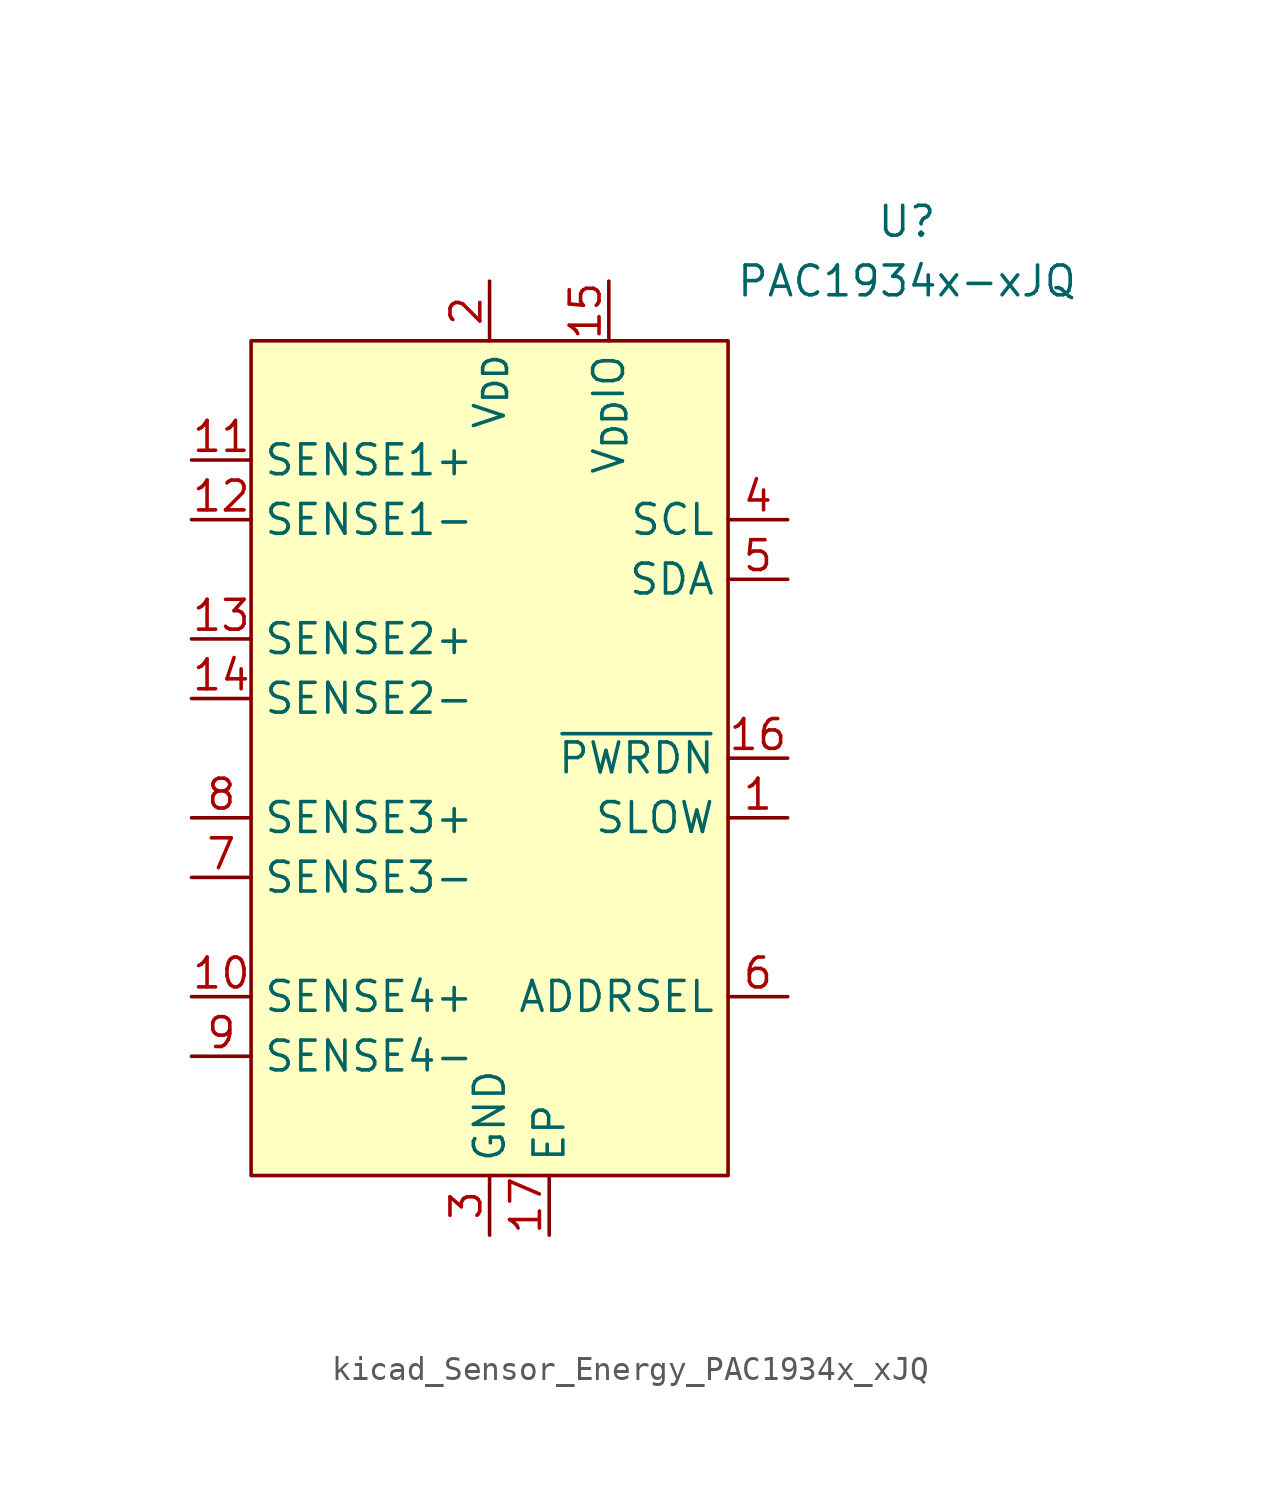
<source format=kicad_sym>
(kicad_symbol_lib
  (version 20220914)
  (generator kicad_symbol_editor)
  (symbol "kicad_Sensor_Energy_PAC1934x_xJQ"
    (property "Reference" "U"
      (at 17.78 22.86 0)
      (effects (font (size 1.27 1.27))))
    (property "Value" "PAC1934x-xJQ"
      (at 17.78 20.32 0)
      (effects (font (size 1.27 1.27))))
    (symbol "kicad_Sensor_Energy_PAC1934x_xJQ_0_0"
      (pin input line (at 12.7 -2.54 180) (length 2.54) (name "SLOW" (effects (font (size 1.27 1.27)))) (number "1" (effects (font (size 1.27 1.27)))) (alternate "~{ALERT1}" open_collector line))
      (pin input line (at -12.7 -10.16 0) (length 2.54) (name "SENSE4+" (effects (font (size 1.27 1.27)))) (number "10" (effects (font (size 1.27 1.27)))))
      (pin input line (at -12.7 12.7 0) (length 2.54) (name "SENSE1+" (effects (font (size 1.27 1.27)))) (number "11" (effects (font (size 1.27 1.27)))))
      (pin input line (at -12.7 10.16 0) (length 2.54) (name "SENSE1-" (effects (font (size 1.27 1.27)))) (number "12" (effects (font (size 1.27 1.27)))))
      (pin input line (at -12.7 5.08 0) (length 2.54) (name "SENSE2+" (effects (font (size 1.27 1.27)))) (number "13" (effects (font (size 1.27 1.27)))))
      (pin input line (at -12.7 2.54 0) (length 2.54) (name "SENSE2-" (effects (font (size 1.27 1.27)))) (number "14" (effects (font (size 1.27 1.27)))))
      (pin input line (at 5.08 20.32 270) (length 2.54) (name "V_{DD}IO" (effects (font (size 1.27 1.27)))) (number "15" (effects (font (size 1.27 1.27)))))
      (pin input line (at 12.7 0 180) (length 2.54) (name "~{PWRDN}" (effects (font (size 1.27 1.27)))) (number "16" (effects (font (size 1.27 1.27)))))
      (pin passive line (at 2.54 -20.32 90) (length 2.54) (name "EP" (effects (font (size 1.27 1.27)))) (number "17" (effects (font (size 1.27 1.27)))))
      (pin power_in line (at 0 20.32 270) (length 2.54) (name "V_{DD}" (effects (font (size 1.27 1.27)))) (number "2" (effects (font (size 1.27 1.27)))))
      (pin power_in line (at 0 -20.32 90) (length 2.54) (name "GND" (effects (font (size 1.27 1.27)))) (number "3" (effects (font (size 1.27 1.27)))))
      (pin input line (at 12.7 10.16 180) (length 2.54) (name "SCL" (effects (font (size 1.27 1.27)))) (number "4" (effects (font (size 1.27 1.27)))) (alternate "SM_CLK" input line))
      (pin bidirectional line (at 12.7 7.62 180) (length 2.54) (name "SDA" (effects (font (size 1.27 1.27)))) (number "5" (effects (font (size 1.27 1.27)))) (alternate "SM_DATA" bidirectional line))
      (pin passive line (at 12.7 -10.16 180) (length 2.54) (name "ADDRSEL" (effects (font (size 1.27 1.27)))) (number "6" (effects (font (size 1.27 1.27)))))
      (pin input line (at -12.7 -5.08 0) (length 2.54) (name "SENSE3-" (effects (font (size 1.27 1.27)))) (number "7" (effects (font (size 1.27 1.27)))))
      (pin input line (at -12.7 -2.54 0) (length 2.54) (name "SENSE3+" (effects (font (size 1.27 1.27)))) (number "8" (effects (font (size 1.27 1.27)))))
      (pin input line (at -12.7 -12.7 0) (length 2.54) (name "SENSE4-" (effects (font (size 1.27 1.27)))) (number "9" (effects (font (size 1.27 1.27))))))
    (symbol "kicad_Sensor_Energy_PAC1934x_xJQ_0_1"
      (rectangle (start -10.16 17.78) (end 10.16 -17.78) (stroke (width 0) (type default)) (fill (type background))))))
</source>
